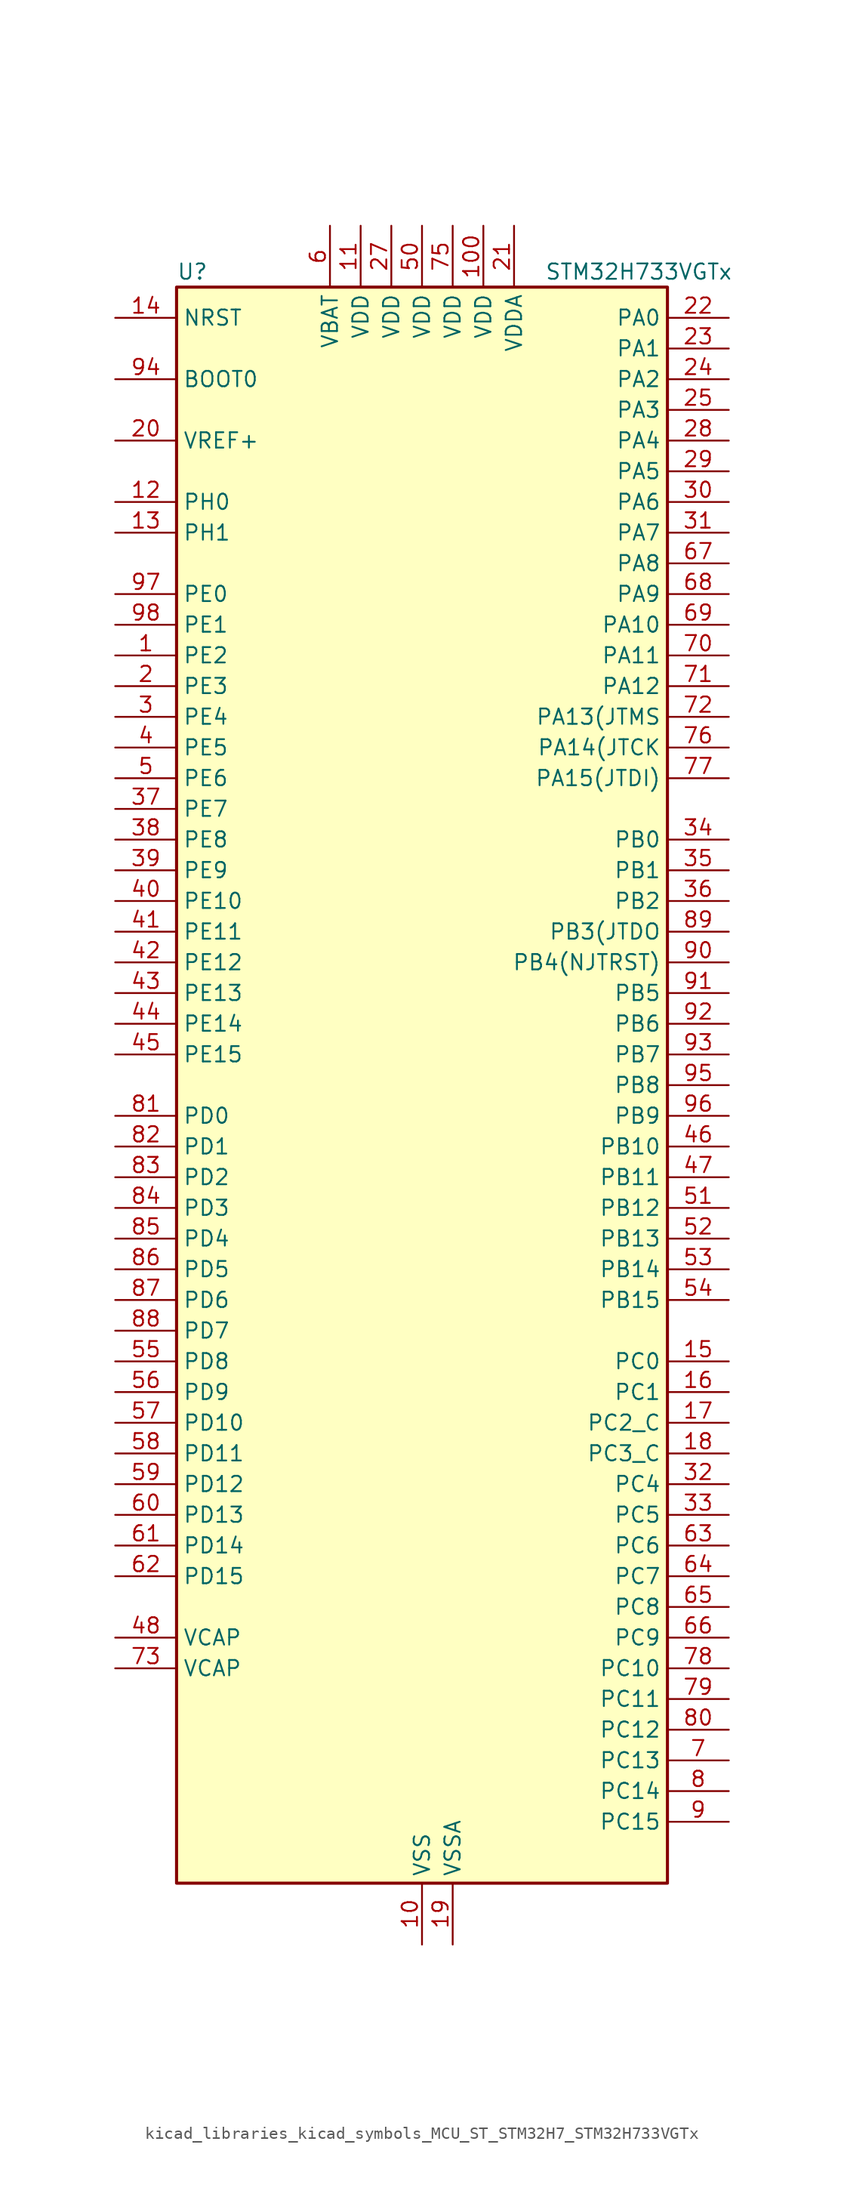
<source format=kicad_sym>
(kicad_symbol_lib
  (version 20220914)
  (generator kicad_symbol_editor)
  (symbol "kicad_libraries_kicad_symbols_MCU_ST_STM32H7_STM32H733VGTx"
    (property "Reference" "U"
      (at -20.32 67.31 0)
      (effects (font (size 1.27 1.27)) (justify left)))
    (property "Value" "STM32H733VGTx"
      (at 10.16 67.31 0)
      (effects (font (size 1.27 1.27)) (justify left)))
    (property "ki_locked" ""
      (at 0 0 0)
      (effects (font (size 1.27 1.27))))
    (symbol "kicad_libraries_kicad_symbols_MCU_ST_STM32H7_STM32H733VGTx_0_1"
      (rectangle (start -20.32 -66.04) (end 20.32 66.04) (stroke (width 0.254) (type default)) (fill (type background))))
    (symbol "kicad_libraries_kicad_symbols_MCU_ST_STM32H7_STM32H733VGTx_1_1"
      (pin bidirectional line (at -25.4 35.56 0) (length 5.08) (name "PE2" (effects (font (size 1.27 1.27)))) (number "1" (effects (font (size 1.27 1.27)))) (alternate "DEBUG_TRACECLK" bidirectional line) (alternate "ETH_TXD3" bidirectional line) (alternate "FMC_A23" bidirectional line) (alternate "OCTOSPIM_P1_IO2" bidirectional line) (alternate "SAI1_CK1" bidirectional line) (alternate "SAI1_MCLK_A" bidirectional line) (alternate "SAI4_CK1" bidirectional line) (alternate "SAI4_MCLK_A" bidirectional line) (alternate "SPI4_SCK" bidirectional line) (alternate "USART10_RX" bidirectional line))
      (pin power_in line (at 0 -71.12 90) (length 5.08) (name "VSS" (effects (font (size 1.27 1.27)))) (number "10" (effects (font (size 1.27 1.27)))))
      (pin power_in line (at 5.08 71.12 270) (length 5.08) (name "VDD" (effects (font (size 1.27 1.27)))) (number "100" (effects (font (size 1.27 1.27)))))
      (pin power_in line (at -5.08 71.12 270) (length 5.08) (name "VDD" (effects (font (size 1.27 1.27)))) (number "11" (effects (font (size 1.27 1.27)))))
      (pin bidirectional line (at -25.4 48.26 0) (length 5.08) (name "PH0" (effects (font (size 1.27 1.27)))) (number "12" (effects (font (size 1.27 1.27)))) (alternate "RCC_OSC_IN" bidirectional line))
      (pin bidirectional line (at -25.4 45.72 0) (length 5.08) (name "PH1" (effects (font (size 1.27 1.27)))) (number "13" (effects (font (size 1.27 1.27)))) (alternate "RCC_OSC_OUT" bidirectional line))
      (pin input line (at -25.4 63.5 0) (length 5.08) (name "NRST" (effects (font (size 1.27 1.27)))) (number "14" (effects (font (size 1.27 1.27)))))
      (pin bidirectional line (at 25.4 -22.86 180) (length 5.08) (name "PC0" (effects (font (size 1.27 1.27)))) (number "15" (effects (font (size 1.27 1.27)))) (alternate "ADC1_INP10" bidirectional line) (alternate "ADC2_INP10" bidirectional line) (alternate "ADC3_INP10" bidirectional line) (alternate "DFSDM1_CKIN0" bidirectional line) (alternate "DFSDM1_DATIN4" bidirectional line) (alternate "FMC_A25" bidirectional line) (alternate "FMC_D12" bidirectional line) (alternate "FMC_DA12" bidirectional line) (alternate "FMC_SDNWE" bidirectional line) (alternate "LTDC_G2" bidirectional line) (alternate "LTDC_R5" bidirectional line) (alternate "SAI4_FS_B" bidirectional line) (alternate "USB_OTG_HS_ULPI_STP" bidirectional line))
      (pin bidirectional line (at 25.4 -25.4 180) (length 5.08) (name "PC1" (effects (font (size 1.27 1.27)))) (number "16" (effects (font (size 1.27 1.27)))) (alternate "ADC1_INN10" bidirectional line) (alternate "ADC1_INP11" bidirectional line) (alternate "ADC2_INN10" bidirectional line) (alternate "ADC2_INP11" bidirectional line) (alternate "ADC3_INN10" bidirectional line) (alternate "ADC3_INP11" bidirectional line) (alternate "DEBUG_TRACED0" bidirectional line) (alternate "DFSDM1_CKIN4" bidirectional line) (alternate "DFSDM1_DATIN0" bidirectional line) (alternate "ETH_MDC" bidirectional line) (alternate "I2S2_SDO" bidirectional line) (alternate "LTDC_G5" bidirectional line) (alternate "MDIOS_MDC" bidirectional line) (alternate "OCTOSPIM_P1_IO4" bidirectional line) (alternate "PWR_WKUP6" bidirectional line) (alternate "RTC_TAMP3" bidirectional line) (alternate "SAI1_D1" bidirectional line) (alternate "SAI1_SD_A" bidirectional line) (alternate "SAI4_D1" bidirectional line) (alternate "SAI4_SD_A" bidirectional line) (alternate "SDMMC2_CK" bidirectional line) (alternate "SPI2_MOSI" bidirectional line))
      (pin bidirectional line (at 25.4 -27.94 180) (length 5.08) (name "PC2_C" (effects (font (size 1.27 1.27)))) (number "17" (effects (font (size 1.27 1.27)))) (alternate "ADC3_INN1" bidirectional line) (alternate "ADC3_INP0" bidirectional line) (alternate "DFSDM1_CKIN1" bidirectional line) (alternate "DFSDM1_CKOUT" bidirectional line) (alternate "ETH_TXD2" bidirectional line) (alternate "FMC_SDNE0" bidirectional line) (alternate "I2S2_SDI" bidirectional line) (alternate "OCTOSPIM_P1_IO2" bidirectional line) (alternate "OCTOSPIM_P1_IO5" bidirectional line) (alternate "PWR_CSTOP" bidirectional line) (alternate "SPI2_MISO" bidirectional line) (alternate "USB_OTG_HS_ULPI_DIR" bidirectional line))
      (pin bidirectional line (at 25.4 -30.48 180) (length 5.08) (name "PC3_C" (effects (font (size 1.27 1.27)))) (number "18" (effects (font (size 1.27 1.27)))) (alternate "ADC3_INP1" bidirectional line) (alternate "DFSDM1_DATIN1" bidirectional line) (alternate "ETH_TX_CLK" bidirectional line) (alternate "FMC_SDCKE0" bidirectional line) (alternate "I2S2_SDO" bidirectional line) (alternate "OCTOSPIM_P1_IO0" bidirectional line) (alternate "OCTOSPIM_P1_IO6" bidirectional line) (alternate "PWR_CSLEEP" bidirectional line) (alternate "SPI2_MOSI" bidirectional line) (alternate "USB_OTG_HS_ULPI_NXT" bidirectional line))
      (pin power_in line (at 2.54 -71.12 90) (length 5.08) (name "VSSA" (effects (font (size 1.27 1.27)))) (number "19" (effects (font (size 1.27 1.27)))))
      (pin bidirectional line (at -25.4 33.02 0) (length 5.08) (name "PE3" (effects (font (size 1.27 1.27)))) (number "2" (effects (font (size 1.27 1.27)))) (alternate "DEBUG_TRACED0" bidirectional line) (alternate "FMC_A19" bidirectional line) (alternate "SAI1_SD_B" bidirectional line) (alternate "SAI4_SD_B" bidirectional line) (alternate "TIM15_BKIN" bidirectional line) (alternate "USART10_TX" bidirectional line))
      (pin input line (at -25.4 53.34 0) (length 5.08) (name "VREF+" (effects (font (size 1.27 1.27)))) (number "20" (effects (font (size 1.27 1.27)))) (alternate "VREFBUF_OUT" bidirectional line))
      (pin power_in line (at 7.62 71.12 270) (length 5.08) (name "VDDA" (effects (font (size 1.27 1.27)))) (number "21" (effects (font (size 1.27 1.27)))))
      (pin bidirectional line (at 25.4 63.5 180) (length 5.08) (name "PA0" (effects (font (size 1.27 1.27)))) (number "22" (effects (font (size 1.27 1.27)))) (alternate "ADC1_INP16" bidirectional line) (alternate "ETH_CRS" bidirectional line) (alternate "FMC_A19" bidirectional line) (alternate "I2S6_WS" bidirectional line) (alternate "PWR_WKUP1" bidirectional line) (alternate "SAI4_SD_B" bidirectional line) (alternate "SDMMC2_CMD" bidirectional line) (alternate "SPI6_NSS" bidirectional line) (alternate "TIM15_BKIN" bidirectional line) (alternate "TIM2_CH1" bidirectional line) (alternate "TIM2_ETR" bidirectional line) (alternate "TIM5_CH1" bidirectional line) (alternate "TIM8_ETR" bidirectional line) (alternate "UART4_TX" bidirectional line) (alternate "USART2_CTS" bidirectional line) (alternate "USART2_NSS" bidirectional line))
      (pin bidirectional line (at 25.4 60.96 180) (length 5.08) (name "PA1" (effects (font (size 1.27 1.27)))) (number "23" (effects (font (size 1.27 1.27)))) (alternate "ADC1_INN16" bidirectional line) (alternate "ADC1_INP17" bidirectional line) (alternate "ETH_REF_CLK" bidirectional line) (alternate "ETH_RX_CLK" bidirectional line) (alternate "LPTIM3_OUT" bidirectional line) (alternate "LTDC_R2" bidirectional line) (alternate "OCTOSPIM_P1_DQS" bidirectional line) (alternate "OCTOSPIM_P1_IO3" bidirectional line) (alternate "SAI4_MCLK_B" bidirectional line) (alternate "TIM15_CH1N" bidirectional line) (alternate "TIM2_CH2" bidirectional line) (alternate "TIM5_CH2" bidirectional line) (alternate "UART4_RX" bidirectional line) (alternate "USART2_DE" bidirectional line) (alternate "USART2_RTS" bidirectional line))
      (pin bidirectional line (at 25.4 58.42 180) (length 5.08) (name "PA2" (effects (font (size 1.27 1.27)))) (number "24" (effects (font (size 1.27 1.27)))) (alternate "ADC1_INP14" bidirectional line) (alternate "ADC2_INP14" bidirectional line) (alternate "ETH_MDIO" bidirectional line) (alternate "LPTIM4_OUT" bidirectional line) (alternate "LTDC_R1" bidirectional line) (alternate "MDIOS_MDIO" bidirectional line) (alternate "OCTOSPIM_P1_IO0" bidirectional line) (alternate "PWR_WKUP2" bidirectional line) (alternate "SAI4_SCK_B" bidirectional line) (alternate "TIM15_CH1" bidirectional line) (alternate "TIM2_CH3" bidirectional line) (alternate "TIM5_CH3" bidirectional line) (alternate "USART2_TX" bidirectional line))
      (pin bidirectional line (at 25.4 55.88 180) (length 5.08) (name "PA3" (effects (font (size 1.27 1.27)))) (number "25" (effects (font (size 1.27 1.27)))) (alternate "ADC1_INP15" bidirectional line) (alternate "ADC2_INP15" bidirectional line) (alternate "ETH_COL" bidirectional line) (alternate "I2S6_MCK" bidirectional line) (alternate "LPTIM5_OUT" bidirectional line) (alternate "LTDC_B2" bidirectional line) (alternate "LTDC_B5" bidirectional line) (alternate "OCTOSPIM_P1_CLK" bidirectional line) (alternate "OCTOSPIM_P1_IO2" bidirectional line) (alternate "TIM15_CH2" bidirectional line) (alternate "TIM2_CH4" bidirectional line) (alternate "TIM5_CH4" bidirectional line) (alternate "USART2_RX" bidirectional line) (alternate "USB_OTG_HS_ULPI_D0" bidirectional line))
      (pin passive line (at 0 -71.12 90) (length 5.08) hide (name "VSS" (effects (font (size 1.27 1.27)))) (number "26" (effects (font (size 1.27 1.27)))))
      (pin power_in line (at -2.54 71.12 270) (length 5.08) (name "VDD" (effects (font (size 1.27 1.27)))) (number "27" (effects (font (size 1.27 1.27)))))
      (pin bidirectional line (at 25.4 53.34 180) (length 5.08) (name "PA4" (effects (font (size 1.27 1.27)))) (number "28" (effects (font (size 1.27 1.27)))) (alternate "ADC1_INP18" bidirectional line) (alternate "ADC2_INP18" bidirectional line) (alternate "DAC1_OUT1" bidirectional line) (alternate "DCMI_HSYNC" bidirectional line) (alternate "FMC_D8" bidirectional line) (alternate "FMC_DA8" bidirectional line) (alternate "I2S1_WS" bidirectional line) (alternate "I2S3_WS" bidirectional line) (alternate "I2S6_WS" bidirectional line) (alternate "LTDC_VSYNC" bidirectional line) (alternate "PSSI_DE" bidirectional line) (alternate "SPI1_NSS" bidirectional line) (alternate "SPI3_NSS" bidirectional line) (alternate "SPI6_NSS" bidirectional line) (alternate "TIM5_ETR" bidirectional line) (alternate "USART2_CK" bidirectional line))
      (pin bidirectional line (at 25.4 50.8 180) (length 5.08) (name "PA5" (effects (font (size 1.27 1.27)))) (number "29" (effects (font (size 1.27 1.27)))) (alternate "ADC1_INN18" bidirectional line) (alternate "ADC1_INP19" bidirectional line) (alternate "ADC2_INN18" bidirectional line) (alternate "ADC2_INP19" bidirectional line) (alternate "DAC1_OUT2" bidirectional line) (alternate "FMC_D9" bidirectional line) (alternate "FMC_DA9" bidirectional line) (alternate "I2S1_CK" bidirectional line) (alternate "I2S6_CK" bidirectional line) (alternate "LTDC_R4" bidirectional line) (alternate "PSSI_D14" bidirectional line) (alternate "PWR_NDSTOP2" bidirectional line) (alternate "SPI1_SCK" bidirectional line) (alternate "SPI6_SCK" bidirectional line) (alternate "TIM2_CH1" bidirectional line) (alternate "TIM2_ETR" bidirectional line) (alternate "TIM8_CH1N" bidirectional line) (alternate "USB_OTG_HS_ULPI_CK" bidirectional line))
      (pin bidirectional line (at -25.4 30.48 0) (length 5.08) (name "PE4" (effects (font (size 1.27 1.27)))) (number "3" (effects (font (size 1.27 1.27)))) (alternate "DCMI_D4" bidirectional line) (alternate "DEBUG_TRACED1" bidirectional line) (alternate "DFSDM1_DATIN3" bidirectional line) (alternate "FMC_A20" bidirectional line) (alternate "LTDC_B0" bidirectional line) (alternate "PSSI_D4" bidirectional line) (alternate "SAI1_D2" bidirectional line) (alternate "SAI1_FS_A" bidirectional line) (alternate "SAI4_D2" bidirectional line) (alternate "SAI4_FS_A" bidirectional line) (alternate "SPI4_NSS" bidirectional line) (alternate "TIM15_CH1N" bidirectional line))
      (pin bidirectional line (at 25.4 48.26 180) (length 5.08) (name "PA6" (effects (font (size 1.27 1.27)))) (number "30" (effects (font (size 1.27 1.27)))) (alternate "ADC1_INP3" bidirectional line) (alternate "ADC2_INP3" bidirectional line) (alternate "DCMI_PIXCLK" bidirectional line) (alternate "I2S1_SDI" bidirectional line) (alternate "I2S6_SDI" bidirectional line) (alternate "LTDC_G2" bidirectional line) (alternate "MDIOS_MDC" bidirectional line) (alternate "OCTOSPIM_P1_IO3" bidirectional line) (alternate "PSSI_PDCK" bidirectional line) (alternate "SPI1_MISO" bidirectional line) (alternate "SPI6_MISO" bidirectional line) (alternate "TIM13_CH1" bidirectional line) (alternate "TIM1_BKIN" bidirectional line) (alternate "TIM1_BKIN_COMP1" bidirectional line) (alternate "TIM1_BKIN_COMP2" bidirectional line) (alternate "TIM3_CH1" bidirectional line) (alternate "TIM8_BKIN" bidirectional line) (alternate "TIM8_BKIN_COMP1" bidirectional line) (alternate "TIM8_BKIN_COMP2" bidirectional line))
      (pin bidirectional line (at 25.4 45.72 180) (length 5.08) (name "PA7" (effects (font (size 1.27 1.27)))) (number "31" (effects (font (size 1.27 1.27)))) (alternate "ADC1_INN3" bidirectional line) (alternate "ADC1_INP7" bidirectional line) (alternate "ADC2_INN3" bidirectional line) (alternate "ADC2_INP7" bidirectional line) (alternate "ETH_CRS_DV" bidirectional line) (alternate "ETH_RX_DV" bidirectional line) (alternate "FMC_SDNWE" bidirectional line) (alternate "I2S1_SDO" bidirectional line) (alternate "I2S6_SDO" bidirectional line) (alternate "LTDC_VSYNC" bidirectional line) (alternate "OCTOSPIM_P1_IO2" bidirectional line) (alternate "OPAMP1_VINM" bidirectional line) (alternate "SPI1_MOSI" bidirectional line) (alternate "SPI6_MOSI" bidirectional line) (alternate "TIM14_CH1" bidirectional line) (alternate "TIM1_CH1N" bidirectional line) (alternate "TIM3_CH2" bidirectional line) (alternate "TIM8_CH1N" bidirectional line))
      (pin bidirectional line (at 25.4 -33.02 180) (length 5.08) (name "PC4" (effects (font (size 1.27 1.27)))) (number "32" (effects (font (size 1.27 1.27)))) (alternate "ADC1_INP4" bidirectional line) (alternate "ADC2_INP4" bidirectional line) (alternate "COMP1_INM" bidirectional line) (alternate "DFSDM1_CKIN2" bidirectional line) (alternate "ETH_RXD0" bidirectional line) (alternate "FMC_A22" bidirectional line) (alternate "FMC_SDNE0" bidirectional line) (alternate "I2S1_MCK" bidirectional line) (alternate "LTDC_R7" bidirectional line) (alternate "OPAMP1_VOUT" bidirectional line) (alternate "SDMMC2_CKIN" bidirectional line) (alternate "SPDIFRX1_IN2" bidirectional line))
      (pin bidirectional line (at 25.4 -35.56 180) (length 5.08) (name "PC5" (effects (font (size 1.27 1.27)))) (number "33" (effects (font (size 1.27 1.27)))) (alternate "ADC1_INN4" bidirectional line) (alternate "ADC1_INP8" bidirectional line) (alternate "ADC2_INN4" bidirectional line) (alternate "ADC2_INP8" bidirectional line) (alternate "COMP1_OUT" bidirectional line) (alternate "DFSDM1_DATIN2" bidirectional line) (alternate "ETH_RXD1" bidirectional line) (alternate "FMC_SDCKE0" bidirectional line) (alternate "LTDC_DE" bidirectional line) (alternate "OCTOSPIM_P1_DQS" bidirectional line) (alternate "OPAMP1_VINM" bidirectional line) (alternate "PSSI_D15" bidirectional line) (alternate "SAI1_D3" bidirectional line) (alternate "SAI4_D3" bidirectional line) (alternate "SPDIFRX1_IN3" bidirectional line))
      (pin bidirectional line (at 25.4 20.32 180) (length 5.08) (name "PB0" (effects (font (size 1.27 1.27)))) (number "34" (effects (font (size 1.27 1.27)))) (alternate "ADC1_INN5" bidirectional line) (alternate "ADC1_INP9" bidirectional line) (alternate "ADC2_INN5" bidirectional line) (alternate "ADC2_INP9" bidirectional line) (alternate "COMP1_INP" bidirectional line) (alternate "DFSDM1_CKOUT" bidirectional line) (alternate "ETH_RXD2" bidirectional line) (alternate "LTDC_G1" bidirectional line) (alternate "LTDC_R3" bidirectional line) (alternate "OCTOSPIM_P1_IO1" bidirectional line) (alternate "OPAMP1_VINP" bidirectional line) (alternate "TIM1_CH2N" bidirectional line) (alternate "TIM3_CH3" bidirectional line) (alternate "TIM8_CH2N" bidirectional line) (alternate "UART4_CTS" bidirectional line) (alternate "USB_OTG_HS_ULPI_D1" bidirectional line))
      (pin bidirectional line (at 25.4 17.78 180) (length 5.08) (name "PB1" (effects (font (size 1.27 1.27)))) (number "35" (effects (font (size 1.27 1.27)))) (alternate "ADC1_INP5" bidirectional line) (alternate "ADC2_INP5" bidirectional line) (alternate "COMP1_INM" bidirectional line) (alternate "DFSDM1_DATIN1" bidirectional line) (alternate "ETH_RXD3" bidirectional line) (alternate "LTDC_G0" bidirectional line) (alternate "LTDC_R6" bidirectional line) (alternate "OCTOSPIM_P1_IO0" bidirectional line) (alternate "TIM1_CH3N" bidirectional line) (alternate "TIM3_CH4" bidirectional line) (alternate "TIM8_CH3N" bidirectional line) (alternate "USB_OTG_HS_ULPI_D2" bidirectional line))
      (pin bidirectional line (at 25.4 15.24 180) (length 5.08) (name "PB2" (effects (font (size 1.27 1.27)))) (number "36" (effects (font (size 1.27 1.27)))) (alternate "COMP1_INP" bidirectional line) (alternate "DFSDM1_CKIN1" bidirectional line) (alternate "ETH_TX_ER" bidirectional line) (alternate "I2S3_SDO" bidirectional line) (alternate "OCTOSPIM_P1_CLK" bidirectional line) (alternate "OCTOSPIM_P1_DQS" bidirectional line) (alternate "RTC_OUT_ALARM" bidirectional line) (alternate "RTC_OUT_CALIB" bidirectional line) (alternate "SAI1_D1" bidirectional line) (alternate "SAI1_SD_A" bidirectional line) (alternate "SAI4_D1" bidirectional line) (alternate "SAI4_SD_A" bidirectional line) (alternate "SPI3_MOSI" bidirectional line) (alternate "TIM23_ETR" bidirectional line))
      (pin bidirectional line (at -25.4 22.86 0) (length 5.08) (name "PE7" (effects (font (size 1.27 1.27)))) (number "37" (effects (font (size 1.27 1.27)))) (alternate "COMP2_INM" bidirectional line) (alternate "DFSDM1_DATIN2" bidirectional line) (alternate "FMC_D4" bidirectional line) (alternate "FMC_DA4" bidirectional line) (alternate "OCTOSPIM_P1_IO4" bidirectional line) (alternate "OPAMP2_VOUT" bidirectional line) (alternate "TIM1_ETR" bidirectional line) (alternate "UART7_RX" bidirectional line))
      (pin bidirectional line (at -25.4 20.32 0) (length 5.08) (name "PE8" (effects (font (size 1.27 1.27)))) (number "38" (effects (font (size 1.27 1.27)))) (alternate "COMP2_OUT" bidirectional line) (alternate "DFSDM1_CKIN2" bidirectional line) (alternate "FMC_D5" bidirectional line) (alternate "FMC_DA5" bidirectional line) (alternate "OCTOSPIM_P1_IO5" bidirectional line) (alternate "OPAMP2_VINM" bidirectional line) (alternate "TIM1_CH1N" bidirectional line) (alternate "UART7_TX" bidirectional line))
      (pin bidirectional line (at -25.4 17.78 0) (length 5.08) (name "PE9" (effects (font (size 1.27 1.27)))) (number "39" (effects (font (size 1.27 1.27)))) (alternate "COMP2_INP" bidirectional line) (alternate "DAC1_EXTI9" bidirectional line) (alternate "DFSDM1_CKOUT" bidirectional line) (alternate "FMC_D6" bidirectional line) (alternate "FMC_DA6" bidirectional line) (alternate "OCTOSPIM_P1_IO6" bidirectional line) (alternate "OPAMP2_VINP" bidirectional line) (alternate "TIM1_CH1" bidirectional line) (alternate "UART7_DE" bidirectional line) (alternate "UART7_RTS" bidirectional line))
      (pin bidirectional line (at -25.4 27.94 0) (length 5.08) (name "PE5" (effects (font (size 1.27 1.27)))) (number "4" (effects (font (size 1.27 1.27)))) (alternate "DCMI_D6" bidirectional line) (alternate "DEBUG_TRACED2" bidirectional line) (alternate "DFSDM1_CKIN3" bidirectional line) (alternate "FMC_A21" bidirectional line) (alternate "LTDC_G0" bidirectional line) (alternate "PSSI_D6" bidirectional line) (alternate "SAI1_CK2" bidirectional line) (alternate "SAI1_SCK_A" bidirectional line) (alternate "SAI4_CK2" bidirectional line) (alternate "SAI4_SCK_A" bidirectional line) (alternate "SPI4_MISO" bidirectional line) (alternate "TIM15_CH1" bidirectional line))
      (pin bidirectional line (at -25.4 15.24 0) (length 5.08) (name "PE10" (effects (font (size 1.27 1.27)))) (number "40" (effects (font (size 1.27 1.27)))) (alternate "COMP2_INM" bidirectional line) (alternate "DFSDM1_DATIN4" bidirectional line) (alternate "FMC_D7" bidirectional line) (alternate "FMC_DA7" bidirectional line) (alternate "OCTOSPIM_P1_IO7" bidirectional line) (alternate "TIM1_CH2N" bidirectional line) (alternate "UART7_CTS" bidirectional line))
      (pin bidirectional line (at -25.4 12.7 0) (length 5.08) (name "PE11" (effects (font (size 1.27 1.27)))) (number "41" (effects (font (size 1.27 1.27)))) (alternate "ADC1_EXTI11" bidirectional line) (alternate "ADC2_EXTI11" bidirectional line) (alternate "ADC3_EXTI11" bidirectional line) (alternate "COMP2_INP" bidirectional line) (alternate "DFSDM1_CKIN4" bidirectional line) (alternate "FMC_D8" bidirectional line) (alternate "FMC_DA8" bidirectional line) (alternate "LTDC_G3" bidirectional line) (alternate "OCTOSPIM_P1_NCS" bidirectional line) (alternate "SAI4_SD_B" bidirectional line) (alternate "SPI4_NSS" bidirectional line) (alternate "TIM1_CH2" bidirectional line))
      (pin bidirectional line (at -25.4 10.16 0) (length 5.08) (name "PE12" (effects (font (size 1.27 1.27)))) (number "42" (effects (font (size 1.27 1.27)))) (alternate "COMP1_OUT" bidirectional line) (alternate "DFSDM1_DATIN5" bidirectional line) (alternate "FMC_D9" bidirectional line) (alternate "FMC_DA9" bidirectional line) (alternate "LTDC_B4" bidirectional line) (alternate "SAI4_SCK_B" bidirectional line) (alternate "SPI4_SCK" bidirectional line) (alternate "TIM1_CH3N" bidirectional line))
      (pin bidirectional line (at -25.4 7.62 0) (length 5.08) (name "PE13" (effects (font (size 1.27 1.27)))) (number "43" (effects (font (size 1.27 1.27)))) (alternate "COMP2_OUT" bidirectional line) (alternate "DFSDM1_CKIN5" bidirectional line) (alternate "FMC_D10" bidirectional line) (alternate "FMC_DA10" bidirectional line) (alternate "LTDC_DE" bidirectional line) (alternate "SAI4_FS_B" bidirectional line) (alternate "SPI4_MISO" bidirectional line) (alternate "TIM1_CH3" bidirectional line))
      (pin bidirectional line (at -25.4 5.08 0) (length 5.08) (name "PE14" (effects (font (size 1.27 1.27)))) (number "44" (effects (font (size 1.27 1.27)))) (alternate "FMC_D11" bidirectional line) (alternate "FMC_DA11" bidirectional line) (alternate "LTDC_CLK" bidirectional line) (alternate "SAI4_MCLK_B" bidirectional line) (alternate "SPI4_MOSI" bidirectional line) (alternate "TIM1_CH4" bidirectional line))
      (pin bidirectional line (at -25.4 2.54 0) (length 5.08) (name "PE15" (effects (font (size 1.27 1.27)))) (number "45" (effects (font (size 1.27 1.27)))) (alternate "ADC1_EXTI15" bidirectional line) (alternate "ADC2_EXTI15" bidirectional line) (alternate "ADC3_EXTI15" bidirectional line) (alternate "FMC_D12" bidirectional line) (alternate "FMC_DA12" bidirectional line) (alternate "LTDC_R7" bidirectional line) (alternate "TIM1_BKIN" bidirectional line) (alternate "TIM1_BKIN_COMP1" bidirectional line) (alternate "TIM1_BKIN_COMP2" bidirectional line) (alternate "USART10_CK" bidirectional line))
      (pin bidirectional line (at 25.4 -5.08 180) (length 5.08) (name "PB10" (effects (font (size 1.27 1.27)))) (number "46" (effects (font (size 1.27 1.27)))) (alternate "DFSDM1_DATIN7" bidirectional line) (alternate "ETH_RX_ER" bidirectional line) (alternate "I2C2_SCL" bidirectional line) (alternate "I2S2_CK" bidirectional line) (alternate "LPTIM2_IN1" bidirectional line) (alternate "LTDC_G4" bidirectional line) (alternate "OCTOSPIM_P1_NCS" bidirectional line) (alternate "SPI2_SCK" bidirectional line) (alternate "TIM2_CH3" bidirectional line) (alternate "USART3_TX" bidirectional line) (alternate "USB_OTG_HS_ULPI_D3" bidirectional line))
      (pin bidirectional line (at 25.4 -7.62 180) (length 5.08) (name "PB11" (effects (font (size 1.27 1.27)))) (number "47" (effects (font (size 1.27 1.27)))) (alternate "ADC1_EXTI11" bidirectional line) (alternate "ADC2_EXTI11" bidirectional line) (alternate "ADC3_EXTI11" bidirectional line) (alternate "DFSDM1_CKIN7" bidirectional line) (alternate "ETH_TX_EN" bidirectional line) (alternate "I2C2_SDA" bidirectional line) (alternate "LPTIM2_ETR" bidirectional line) (alternate "LTDC_G5" bidirectional line) (alternate "TIM2_CH4" bidirectional line) (alternate "USART3_RX" bidirectional line) (alternate "USB_OTG_HS_ULPI_D4" bidirectional line))
      (pin power_out line (at -25.4 -45.72 0) (length 5.08) (name "VCAP" (effects (font (size 1.27 1.27)))) (number "48" (effects (font (size 1.27 1.27)))))
      (pin passive line (at 0 -71.12 90) (length 5.08) hide (name "VSS" (effects (font (size 1.27 1.27)))) (number "49" (effects (font (size 1.27 1.27)))))
      (pin bidirectional line (at -25.4 25.4 0) (length 5.08) (name "PE6" (effects (font (size 1.27 1.27)))) (number "5" (effects (font (size 1.27 1.27)))) (alternate "DCMI_D7" bidirectional line) (alternate "DEBUG_TRACED3" bidirectional line) (alternate "FMC_A22" bidirectional line) (alternate "LTDC_G1" bidirectional line) (alternate "PSSI_D7" bidirectional line) (alternate "SAI1_D1" bidirectional line) (alternate "SAI1_SD_A" bidirectional line) (alternate "SAI4_D1" bidirectional line) (alternate "SAI4_MCLK_B" bidirectional line) (alternate "SAI4_SD_A" bidirectional line) (alternate "SPI4_MOSI" bidirectional line) (alternate "TIM15_CH2" bidirectional line) (alternate "TIM1_BKIN2" bidirectional line) (alternate "TIM1_BKIN2_COMP1" bidirectional line) (alternate "TIM1_BKIN2_COMP2" bidirectional line))
      (pin power_in line (at 0 71.12 270) (length 5.08) (name "VDD" (effects (font (size 1.27 1.27)))) (number "50" (effects (font (size 1.27 1.27)))))
      (pin bidirectional line (at 25.4 -10.16 180) (length 5.08) (name "PB12" (effects (font (size 1.27 1.27)))) (number "51" (effects (font (size 1.27 1.27)))) (alternate "DFSDM1_DATIN1" bidirectional line) (alternate "ETH_TXD0" bidirectional line) (alternate "FDCAN2_RX" bidirectional line) (alternate "I2C2_SMBA" bidirectional line) (alternate "I2S2_WS" bidirectional line) (alternate "OCTOSPIM_P1_IO0" bidirectional line) (alternate "OCTOSPIM_P1_NCLK" bidirectional line) (alternate "SPI2_NSS" bidirectional line) (alternate "TIM1_BKIN" bidirectional line) (alternate "TIM1_BKIN_COMP1" bidirectional line) (alternate "TIM1_BKIN_COMP2" bidirectional line) (alternate "UART5_RX" bidirectional line) (alternate "USART3_CK" bidirectional line) (alternate "USB_OTG_HS_ULPI_D5" bidirectional line))
      (pin bidirectional line (at 25.4 -12.7 180) (length 5.08) (name "PB13" (effects (font (size 1.27 1.27)))) (number "52" (effects (font (size 1.27 1.27)))) (alternate "DCMI_D2" bidirectional line) (alternate "DFSDM1_CKIN1" bidirectional line) (alternate "ETH_TXD1" bidirectional line) (alternate "FDCAN2_TX" bidirectional line) (alternate "I2S2_CK" bidirectional line) (alternate "LPTIM2_OUT" bidirectional line) (alternate "OCTOSPIM_P1_IO2" bidirectional line) (alternate "PSSI_D2" bidirectional line) (alternate "SDMMC1_D0" bidirectional line) (alternate "SPI2_SCK" bidirectional line) (alternate "TIM1_CH1N" bidirectional line) (alternate "UART5_TX" bidirectional line) (alternate "USART3_CTS" bidirectional line) (alternate "USART3_NSS" bidirectional line) (alternate "USB_OTG_HS_ULPI_D6" bidirectional line))
      (pin bidirectional line (at 25.4 -15.24 180) (length 5.08) (name "PB14" (effects (font (size 1.27 1.27)))) (number "53" (effects (font (size 1.27 1.27)))) (alternate "DFSDM1_DATIN2" bidirectional line) (alternate "FMC_D10" bidirectional line) (alternate "FMC_DA10" bidirectional line) (alternate "I2S2_SDI" bidirectional line) (alternate "LTDC_CLK" bidirectional line) (alternate "SDMMC2_D0" bidirectional line) (alternate "SPI2_MISO" bidirectional line) (alternate "TIM12_CH1" bidirectional line) (alternate "TIM1_CH2N" bidirectional line) (alternate "TIM8_CH2N" bidirectional line) (alternate "UART4_DE" bidirectional line) (alternate "UART4_RTS" bidirectional line) (alternate "USART1_TX" bidirectional line) (alternate "USART3_DE" bidirectional line) (alternate "USART3_RTS" bidirectional line))
      (pin bidirectional line (at 25.4 -17.78 180) (length 5.08) (name "PB15" (effects (font (size 1.27 1.27)))) (number "54" (effects (font (size 1.27 1.27)))) (alternate "ADC1_EXTI15" bidirectional line) (alternate "ADC2_EXTI15" bidirectional line) (alternate "ADC3_EXTI15" bidirectional line) (alternate "DFSDM1_CKIN2" bidirectional line) (alternate "FMC_D11" bidirectional line) (alternate "FMC_DA11" bidirectional line) (alternate "I2S2_SDO" bidirectional line) (alternate "LTDC_G7" bidirectional line) (alternate "RTC_REFIN" bidirectional line) (alternate "SDMMC2_D1" bidirectional line) (alternate "SPI2_MOSI" bidirectional line) (alternate "TIM12_CH2" bidirectional line) (alternate "TIM1_CH3N" bidirectional line) (alternate "TIM8_CH3N" bidirectional line) (alternate "UART4_CTS" bidirectional line) (alternate "USART1_RX" bidirectional line))
      (pin bidirectional line (at -25.4 -22.86 0) (length 5.08) (name "PD8" (effects (font (size 1.27 1.27)))) (number "55" (effects (font (size 1.27 1.27)))) (alternate "DFSDM1_CKIN3" bidirectional line) (alternate "FMC_D13" bidirectional line) (alternate "FMC_DA13" bidirectional line) (alternate "SPDIFRX1_IN1" bidirectional line) (alternate "USART3_TX" bidirectional line))
      (pin bidirectional line (at -25.4 -25.4 0) (length 5.08) (name "PD9" (effects (font (size 1.27 1.27)))) (number "56" (effects (font (size 1.27 1.27)))) (alternate "DAC1_EXTI9" bidirectional line) (alternate "DFSDM1_DATIN3" bidirectional line) (alternate "FMC_D14" bidirectional line) (alternate "FMC_DA14" bidirectional line) (alternate "USART3_RX" bidirectional line))
      (pin bidirectional line (at -25.4 -27.94 0) (length 5.08) (name "PD10" (effects (font (size 1.27 1.27)))) (number "57" (effects (font (size 1.27 1.27)))) (alternate "DFSDM1_CKOUT" bidirectional line) (alternate "FMC_D15" bidirectional line) (alternate "FMC_DA15" bidirectional line) (alternate "LTDC_B3" bidirectional line) (alternate "USART3_CK" bidirectional line))
      (pin bidirectional line (at -25.4 -30.48 0) (length 5.08) (name "PD11" (effects (font (size 1.27 1.27)))) (number "58" (effects (font (size 1.27 1.27)))) (alternate "ADC1_EXTI11" bidirectional line) (alternate "ADC2_EXTI11" bidirectional line) (alternate "ADC3_EXTI11" bidirectional line) (alternate "FMC_A16" bidirectional line) (alternate "FMC_CLE" bidirectional line) (alternate "I2C4_SMBA" bidirectional line) (alternate "LPTIM2_IN2" bidirectional line) (alternate "OCTOSPIM_P1_IO0" bidirectional line) (alternate "SAI4_SD_A" bidirectional line) (alternate "USART3_CTS" bidirectional line) (alternate "USART3_NSS" bidirectional line))
      (pin bidirectional line (at -25.4 -33.02 0) (length 5.08) (name "PD12" (effects (font (size 1.27 1.27)))) (number "59" (effects (font (size 1.27 1.27)))) (alternate "DCMI_D12" bidirectional line) (alternate "FDCAN3_RX" bidirectional line) (alternate "FMC_A17" bidirectional line) (alternate "FMC_ALE" bidirectional line) (alternate "I2C4_SCL" bidirectional line) (alternate "LPTIM1_IN1" bidirectional line) (alternate "LPTIM2_IN1" bidirectional line) (alternate "OCTOSPIM_P1_IO1" bidirectional line) (alternate "PSSI_D12" bidirectional line) (alternate "SAI4_FS_A" bidirectional line) (alternate "TIM4_CH1" bidirectional line) (alternate "USART3_DE" bidirectional line) (alternate "USART3_RTS" bidirectional line))
      (pin power_in line (at -7.62 71.12 270) (length 5.08) (name "VBAT" (effects (font (size 1.27 1.27)))) (number "6" (effects (font (size 1.27 1.27)))))
      (pin bidirectional line (at -25.4 -35.56 0) (length 5.08) (name "PD13" (effects (font (size 1.27 1.27)))) (number "60" (effects (font (size 1.27 1.27)))) (alternate "DCMI_D13" bidirectional line) (alternate "FDCAN3_TX" bidirectional line) (alternate "FMC_A18" bidirectional line) (alternate "I2C4_SDA" bidirectional line) (alternate "LPTIM1_OUT" bidirectional line) (alternate "OCTOSPIM_P1_IO3" bidirectional line) (alternate "PSSI_D13" bidirectional line) (alternate "SAI4_SCK_A" bidirectional line) (alternate "TIM4_CH2" bidirectional line) (alternate "UART9_DE" bidirectional line) (alternate "UART9_RTS" bidirectional line))
      (pin bidirectional line (at -25.4 -38.1 0) (length 5.08) (name "PD14" (effects (font (size 1.27 1.27)))) (number "61" (effects (font (size 1.27 1.27)))) (alternate "FMC_D0" bidirectional line) (alternate "FMC_DA0" bidirectional line) (alternate "TIM4_CH3" bidirectional line) (alternate "UART8_CTS" bidirectional line) (alternate "UART9_RX" bidirectional line))
      (pin bidirectional line (at -25.4 -40.64 0) (length 5.08) (name "PD15" (effects (font (size 1.27 1.27)))) (number "62" (effects (font (size 1.27 1.27)))) (alternate "ADC1_EXTI15" bidirectional line) (alternate "ADC2_EXTI15" bidirectional line) (alternate "ADC3_EXTI15" bidirectional line) (alternate "FMC_D1" bidirectional line) (alternate "FMC_DA1" bidirectional line) (alternate "TIM4_CH4" bidirectional line) (alternate "UART8_DE" bidirectional line) (alternate "UART8_RTS" bidirectional line) (alternate "UART9_TX" bidirectional line))
      (pin bidirectional line (at 25.4 -38.1 180) (length 5.08) (name "PC6" (effects (font (size 1.27 1.27)))) (number "63" (effects (font (size 1.27 1.27)))) (alternate "DCMI_D0" bidirectional line) (alternate "DFSDM1_CKIN3" bidirectional line) (alternate "FMC_NWAIT" bidirectional line) (alternate "I2S2_MCK" bidirectional line) (alternate "LTDC_HSYNC" bidirectional line) (alternate "PSSI_D0" bidirectional line) (alternate "SDMMC1_D0DIR" bidirectional line) (alternate "SDMMC1_D6" bidirectional line) (alternate "SDMMC2_D6" bidirectional line) (alternate "SWPMI1_IO" bidirectional line) (alternate "TIM3_CH1" bidirectional line) (alternate "TIM8_CH1" bidirectional line) (alternate "USART6_TX" bidirectional line))
      (pin bidirectional line (at 25.4 -40.64 180) (length 5.08) (name "PC7" (effects (font (size 1.27 1.27)))) (number "64" (effects (font (size 1.27 1.27)))) (alternate "DCMI_D1" bidirectional line) (alternate "DEBUG_TRGIO" bidirectional line) (alternate "DFSDM1_DATIN3" bidirectional line) (alternate "FMC_NE1" bidirectional line) (alternate "I2S3_MCK" bidirectional line) (alternate "LTDC_G6" bidirectional line) (alternate "PSSI_D1" bidirectional line) (alternate "SDMMC1_D123DIR" bidirectional line) (alternate "SDMMC1_D7" bidirectional line) (alternate "SDMMC2_D7" bidirectional line) (alternate "SWPMI1_TX" bidirectional line) (alternate "TIM3_CH2" bidirectional line) (alternate "TIM8_CH2" bidirectional line) (alternate "USART6_RX" bidirectional line))
      (pin bidirectional line (at 25.4 -43.18 180) (length 5.08) (name "PC8" (effects (font (size 1.27 1.27)))) (number "65" (effects (font (size 1.27 1.27)))) (alternate "DCMI_D2" bidirectional line) (alternate "DEBUG_TRACED1" bidirectional line) (alternate "FMC_INT" bidirectional line) (alternate "FMC_NCE" bidirectional line) (alternate "FMC_NE2" bidirectional line) (alternate "PSSI_D2" bidirectional line) (alternate "SDMMC1_D0" bidirectional line) (alternate "SWPMI1_RX" bidirectional line) (alternate "TIM3_CH3" bidirectional line) (alternate "TIM8_CH3" bidirectional line) (alternate "UART5_DE" bidirectional line) (alternate "UART5_RTS" bidirectional line) (alternate "USART6_CK" bidirectional line))
      (pin bidirectional line (at 25.4 -45.72 180) (length 5.08) (name "PC9" (effects (font (size 1.27 1.27)))) (number "66" (effects (font (size 1.27 1.27)))) (alternate "DAC1_EXTI9" bidirectional line) (alternate "DCMI_D3" bidirectional line) (alternate "I2C3_SDA" bidirectional line) (alternate "I2C5_SDA" bidirectional line) (alternate "I2S_CKIN" bidirectional line) (alternate "LTDC_B2" bidirectional line) (alternate "LTDC_G3" bidirectional line) (alternate "OCTOSPIM_P1_IO0" bidirectional line) (alternate "PSSI_D3" bidirectional line) (alternate "RCC_MCO_2" bidirectional line) (alternate "SDMMC1_D1" bidirectional line) (alternate "SWPMI1_SUSPEND" bidirectional line) (alternate "TIM3_CH4" bidirectional line) (alternate "TIM8_CH4" bidirectional line) (alternate "UART5_CTS" bidirectional line))
      (pin bidirectional line (at 25.4 43.18 180) (length 5.08) (name "PA8" (effects (font (size 1.27 1.27)))) (number "67" (effects (font (size 1.27 1.27)))) (alternate "I2C3_SCL" bidirectional line) (alternate "I2C5_SCL" bidirectional line) (alternate "LTDC_B3" bidirectional line) (alternate "LTDC_R6" bidirectional line) (alternate "RCC_MCO_1" bidirectional line) (alternate "TIM1_CH1" bidirectional line) (alternate "TIM8_BKIN2" bidirectional line) (alternate "TIM8_BKIN2_COMP1" bidirectional line) (alternate "TIM8_BKIN2_COMP2" bidirectional line) (alternate "UART7_RX" bidirectional line) (alternate "USART1_CK" bidirectional line) (alternate "USB_OTG_HS_SOF" bidirectional line))
      (pin bidirectional line (at 25.4 40.64 180) (length 5.08) (name "PA9" (effects (font (size 1.27 1.27)))) (number "68" (effects (font (size 1.27 1.27)))) (alternate "DAC1_EXTI9" bidirectional line) (alternate "DCMI_D0" bidirectional line) (alternate "ETH_TX_ER" bidirectional line) (alternate "I2C3_SMBA" bidirectional line) (alternate "I2C5_SMBA" bidirectional line) (alternate "I2S2_CK" bidirectional line) (alternate "LPUART1_TX" bidirectional line) (alternate "LTDC_R5" bidirectional line) (alternate "PSSI_D0" bidirectional line) (alternate "SPI2_SCK" bidirectional line) (alternate "TIM1_CH2" bidirectional line) (alternate "USART1_TX" bidirectional line) (alternate "USB_OTG_HS_VBUS" bidirectional line))
      (pin bidirectional line (at 25.4 38.1 180) (length 5.08) (name "PA10" (effects (font (size 1.27 1.27)))) (number "69" (effects (font (size 1.27 1.27)))) (alternate "DCMI_D1" bidirectional line) (alternate "LPUART1_RX" bidirectional line) (alternate "LTDC_B1" bidirectional line) (alternate "LTDC_B4" bidirectional line) (alternate "MDIOS_MDIO" bidirectional line) (alternate "PSSI_D1" bidirectional line) (alternate "TIM1_CH3" bidirectional line) (alternate "USART1_RX" bidirectional line) (alternate "USB_OTG_HS_ID" bidirectional line))
      (pin bidirectional line (at 25.4 -55.88 180) (length 5.08) (name "PC13" (effects (font (size 1.27 1.27)))) (number "7" (effects (font (size 1.27 1.27)))) (alternate "PWR_WKUP4" bidirectional line) (alternate "RTC_OUT_ALARM" bidirectional line) (alternate "RTC_OUT_CALIB" bidirectional line) (alternate "RTC_TAMP1" bidirectional line) (alternate "RTC_TS" bidirectional line))
      (pin bidirectional line (at 25.4 35.56 180) (length 5.08) (name "PA11" (effects (font (size 1.27 1.27)))) (number "70" (effects (font (size 1.27 1.27)))) (alternate "ADC1_EXTI11" bidirectional line) (alternate "ADC2_EXTI11" bidirectional line) (alternate "ADC3_EXTI11" bidirectional line) (alternate "FDCAN1_RX" bidirectional line) (alternate "I2S2_WS" bidirectional line) (alternate "LPUART1_CTS" bidirectional line) (alternate "LTDC_R4" bidirectional line) (alternate "SPI2_NSS" bidirectional line) (alternate "TIM1_CH4" bidirectional line) (alternate "UART4_RX" bidirectional line) (alternate "USART1_CTS" bidirectional line) (alternate "USART1_NSS" bidirectional line) (alternate "USB_OTG_HS_DM" bidirectional line))
      (pin bidirectional line (at 25.4 33.02 180) (length 5.08) (name "PA12" (effects (font (size 1.27 1.27)))) (number "71" (effects (font (size 1.27 1.27)))) (alternate "FDCAN1_TX" bidirectional line) (alternate "I2S2_CK" bidirectional line) (alternate "LPUART1_DE" bidirectional line) (alternate "LPUART1_RTS" bidirectional line) (alternate "LTDC_R5" bidirectional line) (alternate "SAI4_FS_B" bidirectional line) (alternate "SPI2_SCK" bidirectional line) (alternate "TIM1_BKIN2" bidirectional line) (alternate "TIM1_ETR" bidirectional line) (alternate "UART4_TX" bidirectional line) (alternate "USART1_DE" bidirectional line) (alternate "USART1_RTS" bidirectional line) (alternate "USB_OTG_HS_DP" bidirectional line))
      (pin bidirectional line (at 25.4 30.48 180) (length 5.08) (name "PA13(JTMS" (effects (font (size 1.27 1.27)))) (number "72" (effects (font (size 1.27 1.27)))) (alternate "DEBUG_JTMS-SWDIO" bidirectional line))
      (pin power_out line (at -25.4 -48.26 0) (length 5.08) (name "VCAP" (effects (font (size 1.27 1.27)))) (number "73" (effects (font (size 1.27 1.27)))))
      (pin passive line (at 0 -71.12 90) (length 5.08) hide (name "VSS" (effects (font (size 1.27 1.27)))) (number "74" (effects (font (size 1.27 1.27)))))
      (pin power_in line (at 2.54 71.12 270) (length 5.08) (name "VDD" (effects (font (size 1.27 1.27)))) (number "75" (effects (font (size 1.27 1.27)))))
      (pin bidirectional line (at 25.4 27.94 180) (length 5.08) (name "PA14(JTCK" (effects (font (size 1.27 1.27)))) (number "76" (effects (font (size 1.27 1.27)))) (alternate "DEBUG_JTCK-SWCLK" bidirectional line))
      (pin bidirectional line (at 25.4 25.4 180) (length 5.08) (name "PA15(JTDI)" (effects (font (size 1.27 1.27)))) (number "77" (effects (font (size 1.27 1.27)))) (alternate "ADC1_EXTI15" bidirectional line) (alternate "ADC2_EXTI15" bidirectional line) (alternate "ADC3_EXTI15" bidirectional line) (alternate "CEC" bidirectional line) (alternate "DEBUG_JTDI" bidirectional line) (alternate "I2S1_WS" bidirectional line) (alternate "I2S3_WS" bidirectional line) (alternate "I2S6_WS" bidirectional line) (alternate "LTDC_B6" bidirectional line) (alternate "LTDC_R3" bidirectional line) (alternate "SPI1_NSS" bidirectional line) (alternate "SPI3_NSS" bidirectional line) (alternate "SPI6_NSS" bidirectional line) (alternate "TIM2_CH1" bidirectional line) (alternate "TIM2_ETR" bidirectional line) (alternate "UART4_DE" bidirectional line) (alternate "UART4_RTS" bidirectional line) (alternate "UART7_TX" bidirectional line))
      (pin bidirectional line (at 25.4 -48.26 180) (length 5.08) (name "PC10" (effects (font (size 1.27 1.27)))) (number "78" (effects (font (size 1.27 1.27)))) (alternate "DCMI_D8" bidirectional line) (alternate "DFSDM1_CKIN5" bidirectional line) (alternate "I2C5_SDA" bidirectional line) (alternate "I2S3_CK" bidirectional line) (alternate "LTDC_B1" bidirectional line) (alternate "LTDC_R2" bidirectional line) (alternate "OCTOSPIM_P1_IO1" bidirectional line) (alternate "PSSI_D8" bidirectional line) (alternate "SDMMC1_D2" bidirectional line) (alternate "SPI3_SCK" bidirectional line) (alternate "SWPMI1_RX" bidirectional line) (alternate "UART4_TX" bidirectional line) (alternate "USART3_TX" bidirectional line))
      (pin bidirectional line (at 25.4 -50.8 180) (length 5.08) (name "PC11" (effects (font (size 1.27 1.27)))) (number "79" (effects (font (size 1.27 1.27)))) (alternate "ADC1_EXTI11" bidirectional line) (alternate "ADC2_EXTI11" bidirectional line) (alternate "ADC3_EXTI11" bidirectional line) (alternate "DCMI_D4" bidirectional line) (alternate "DFSDM1_DATIN5" bidirectional line) (alternate "I2C5_SCL" bidirectional line) (alternate "I2S3_SDI" bidirectional line) (alternate "LTDC_B4" bidirectional line) (alternate "OCTOSPIM_P1_NCS" bidirectional line) (alternate "PSSI_D4" bidirectional line) (alternate "SDMMC1_D3" bidirectional line) (alternate "SPI3_MISO" bidirectional line) (alternate "UART4_RX" bidirectional line) (alternate "USART3_RX" bidirectional line))
      (pin bidirectional line (at 25.4 -58.42 180) (length 5.08) (name "PC14" (effects (font (size 1.27 1.27)))) (number "8" (effects (font (size 1.27 1.27)))) (alternate "RCC_OSC32_IN" bidirectional line))
      (pin bidirectional line (at 25.4 -53.34 180) (length 5.08) (name "PC12" (effects (font (size 1.27 1.27)))) (number "80" (effects (font (size 1.27 1.27)))) (alternate "DCMI_D9" bidirectional line) (alternate "DEBUG_TRACED3" bidirectional line) (alternate "FMC_D6" bidirectional line) (alternate "FMC_DA6" bidirectional line) (alternate "I2C5_SMBA" bidirectional line) (alternate "I2S3_SDO" bidirectional line) (alternate "I2S6_CK" bidirectional line) (alternate "LTDC_R6" bidirectional line) (alternate "PSSI_D9" bidirectional line) (alternate "SDMMC1_CK" bidirectional line) (alternate "SPI3_MOSI" bidirectional line) (alternate "SPI6_SCK" bidirectional line) (alternate "TIM15_CH1" bidirectional line) (alternate "UART5_TX" bidirectional line) (alternate "USART3_CK" bidirectional line))
      (pin bidirectional line (at -25.4 -2.54 0) (length 5.08) (name "PD0" (effects (font (size 1.27 1.27)))) (number "81" (effects (font (size 1.27 1.27)))) (alternate "DFSDM1_CKIN6" bidirectional line) (alternate "FDCAN1_RX" bidirectional line) (alternate "FMC_D2" bidirectional line) (alternate "FMC_DA2" bidirectional line) (alternate "LTDC_B1" bidirectional line) (alternate "UART4_RX" bidirectional line) (alternate "UART9_CTS" bidirectional line))
      (pin bidirectional line (at -25.4 -5.08 0) (length 5.08) (name "PD1" (effects (font (size 1.27 1.27)))) (number "82" (effects (font (size 1.27 1.27)))) (alternate "DFSDM1_DATIN6" bidirectional line) (alternate "FDCAN1_TX" bidirectional line) (alternate "FMC_D3" bidirectional line) (alternate "FMC_DA3" bidirectional line) (alternate "UART4_TX" bidirectional line))
      (pin bidirectional line (at -25.4 -7.62 0) (length 5.08) (name "PD2" (effects (font (size 1.27 1.27)))) (number "83" (effects (font (size 1.27 1.27)))) (alternate "DCMI_D11" bidirectional line) (alternate "DEBUG_TRACED2" bidirectional line) (alternate "FMC_D7" bidirectional line) (alternate "FMC_DA7" bidirectional line) (alternate "LTDC_B2" bidirectional line) (alternate "LTDC_B7" bidirectional line) (alternate "PSSI_D11" bidirectional line) (alternate "SDMMC1_CMD" bidirectional line) (alternate "TIM15_BKIN" bidirectional line) (alternate "TIM3_ETR" bidirectional line) (alternate "UART5_RX" bidirectional line))
      (pin bidirectional line (at -25.4 -10.16 0) (length 5.08) (name "PD3" (effects (font (size 1.27 1.27)))) (number "84" (effects (font (size 1.27 1.27)))) (alternate "DCMI_D5" bidirectional line) (alternate "DFSDM1_CKOUT" bidirectional line) (alternate "FMC_CLK" bidirectional line) (alternate "I2S2_CK" bidirectional line) (alternate "LTDC_G7" bidirectional line) (alternate "PSSI_D5" bidirectional line) (alternate "SPI2_SCK" bidirectional line) (alternate "USART2_CTS" bidirectional line) (alternate "USART2_NSS" bidirectional line))
      (pin bidirectional line (at -25.4 -12.7 0) (length 5.08) (name "PD4" (effects (font (size 1.27 1.27)))) (number "85" (effects (font (size 1.27 1.27)))) (alternate "FMC_NOE" bidirectional line) (alternate "OCTOSPIM_P1_IO4" bidirectional line) (alternate "USART2_DE" bidirectional line) (alternate "USART2_RTS" bidirectional line))
      (pin bidirectional line (at -25.4 -15.24 0) (length 5.08) (name "PD5" (effects (font (size 1.27 1.27)))) (number "86" (effects (font (size 1.27 1.27)))) (alternate "FMC_NWE" bidirectional line) (alternate "OCTOSPIM_P1_IO5" bidirectional line) (alternate "USART2_TX" bidirectional line))
      (pin bidirectional line (at -25.4 -17.78 0) (length 5.08) (name "PD6" (effects (font (size 1.27 1.27)))) (number "87" (effects (font (size 1.27 1.27)))) (alternate "DCMI_D10" bidirectional line) (alternate "DFSDM1_CKIN4" bidirectional line) (alternate "DFSDM1_DATIN1" bidirectional line) (alternate "FMC_NWAIT" bidirectional line) (alternate "I2S3_SDO" bidirectional line) (alternate "LTDC_B2" bidirectional line) (alternate "OCTOSPIM_P1_IO6" bidirectional line) (alternate "PSSI_D10" bidirectional line) (alternate "SAI1_D1" bidirectional line) (alternate "SAI1_SD_A" bidirectional line) (alternate "SAI4_D1" bidirectional line) (alternate "SAI4_SD_A" bidirectional line) (alternate "SDMMC2_CK" bidirectional line) (alternate "SPI3_MOSI" bidirectional line) (alternate "USART2_RX" bidirectional line))
      (pin bidirectional line (at -25.4 -20.32 0) (length 5.08) (name "PD7" (effects (font (size 1.27 1.27)))) (number "88" (effects (font (size 1.27 1.27)))) (alternate "DFSDM1_CKIN1" bidirectional line) (alternate "DFSDM1_DATIN4" bidirectional line) (alternate "FMC_NE1" bidirectional line) (alternate "I2S1_SDO" bidirectional line) (alternate "OCTOSPIM_P1_IO7" bidirectional line) (alternate "SDMMC2_CMD" bidirectional line) (alternate "SPDIFRX1_IN0" bidirectional line) (alternate "SPI1_MOSI" bidirectional line) (alternate "USART2_CK" bidirectional line))
      (pin bidirectional line (at 25.4 12.7 180) (length 5.08) (name "PB3(JTDO" (effects (font (size 1.27 1.27)))) (number "89" (effects (font (size 1.27 1.27)))) (alternate "CRS_SYNC" bidirectional line) (alternate "DEBUG_JTDO-SWO" bidirectional line) (alternate "I2S1_CK" bidirectional line) (alternate "I2S3_CK" bidirectional line) (alternate "I2S6_CK" bidirectional line) (alternate "SDMMC2_D2" bidirectional line) (alternate "SPI1_SCK" bidirectional line) (alternate "SPI3_SCK" bidirectional line) (alternate "SPI6_SCK" bidirectional line) (alternate "TIM24_ETR" bidirectional line) (alternate "TIM2_CH2" bidirectional line) (alternate "UART7_RX" bidirectional line))
      (pin bidirectional line (at 25.4 -60.96 180) (length 5.08) (name "PC15" (effects (font (size 1.27 1.27)))) (number "9" (effects (font (size 1.27 1.27)))) (alternate "ADC1_EXTI15" bidirectional line) (alternate "ADC2_EXTI15" bidirectional line) (alternate "ADC3_EXTI15" bidirectional line) (alternate "RCC_OSC32_OUT" bidirectional line))
      (pin bidirectional line (at 25.4 10.16 180) (length 5.08) (name "PB4(NJTRST)" (effects (font (size 1.27 1.27)))) (number "90" (effects (font (size 1.27 1.27)))) (alternate "DEBUG_JTRST" bidirectional line) (alternate "I2S1_SDI" bidirectional line) (alternate "I2S2_WS" bidirectional line) (alternate "I2S3_SDI" bidirectional line) (alternate "I2S6_SDI" bidirectional line) (alternate "SDMMC2_D3" bidirectional line) (alternate "SPI1_MISO" bidirectional line) (alternate "SPI2_NSS" bidirectional line) (alternate "SPI3_MISO" bidirectional line) (alternate "SPI6_MISO" bidirectional line) (alternate "TIM16_BKIN" bidirectional line) (alternate "TIM3_CH1" bidirectional line) (alternate "UART7_TX" bidirectional line))
      (pin bidirectional line (at 25.4 7.62 180) (length 5.08) (name "PB5" (effects (font (size 1.27 1.27)))) (number "91" (effects (font (size 1.27 1.27)))) (alternate "DCMI_D10" bidirectional line) (alternate "ETH_PPS_OUT" bidirectional line) (alternate "FDCAN2_RX" bidirectional line) (alternate "FMC_SDCKE1" bidirectional line) (alternate "I2C1_SMBA" bidirectional line) (alternate "I2C4_SMBA" bidirectional line) (alternate "I2S1_SDO" bidirectional line) (alternate "I2S3_SDO" bidirectional line) (alternate "I2S6_SDO" bidirectional line) (alternate "LTDC_B5" bidirectional line) (alternate "PSSI_D10" bidirectional line) (alternate "SPI1_MOSI" bidirectional line) (alternate "SPI3_MOSI" bidirectional line) (alternate "SPI6_MOSI" bidirectional line) (alternate "TIM17_BKIN" bidirectional line) (alternate "TIM3_CH2" bidirectional line) (alternate "UART5_RX" bidirectional line) (alternate "USB_OTG_HS_ULPI_D7" bidirectional line))
      (pin bidirectional line (at 25.4 5.08 180) (length 5.08) (name "PB6" (effects (font (size 1.27 1.27)))) (number "92" (effects (font (size 1.27 1.27)))) (alternate "CEC" bidirectional line) (alternate "DCMI_D5" bidirectional line) (alternate "DFSDM1_DATIN5" bidirectional line) (alternate "FDCAN2_TX" bidirectional line) (alternate "FMC_SDNE1" bidirectional line) (alternate "I2C1_SCL" bidirectional line) (alternate "I2C4_SCL" bidirectional line) (alternate "LPUART1_TX" bidirectional line) (alternate "OCTOSPIM_P1_NCS" bidirectional line) (alternate "PSSI_D5" bidirectional line) (alternate "TIM16_CH1N" bidirectional line) (alternate "TIM4_CH1" bidirectional line) (alternate "UART5_TX" bidirectional line) (alternate "USART1_TX" bidirectional line))
      (pin bidirectional line (at 25.4 2.54 180) (length 5.08) (name "PB7" (effects (font (size 1.27 1.27)))) (number "93" (effects (font (size 1.27 1.27)))) (alternate "DCMI_VSYNC" bidirectional line) (alternate "DFSDM1_CKIN5" bidirectional line) (alternate "FMC_NL" bidirectional line) (alternate "I2C1_SDA" bidirectional line) (alternate "I2C4_SDA" bidirectional line) (alternate "LPUART1_RX" bidirectional line) (alternate "PSSI_RDY" bidirectional line) (alternate "PWR_PVD_IN" bidirectional line) (alternate "TIM17_CH1N" bidirectional line) (alternate "TIM4_CH2" bidirectional line) (alternate "USART1_RX" bidirectional line))
      (pin input line (at -25.4 58.42 0) (length 5.08) (name "BOOT0" (effects (font (size 1.27 1.27)))) (number "94" (effects (font (size 1.27 1.27)))))
      (pin bidirectional line (at 25.4 0 180) (length 5.08) (name "PB8" (effects (font (size 1.27 1.27)))) (number "95" (effects (font (size 1.27 1.27)))) (alternate "DCMI_D6" bidirectional line) (alternate "DFSDM1_CKIN7" bidirectional line) (alternate "ETH_TXD3" bidirectional line) (alternate "FDCAN1_RX" bidirectional line) (alternate "I2C1_SCL" bidirectional line) (alternate "I2C4_SCL" bidirectional line) (alternate "LTDC_B6" bidirectional line) (alternate "PSSI_D6" bidirectional line) (alternate "SDMMC1_CKIN" bidirectional line) (alternate "SDMMC1_D4" bidirectional line) (alternate "SDMMC2_D4" bidirectional line) (alternate "TIM16_CH1" bidirectional line) (alternate "TIM4_CH3" bidirectional line) (alternate "UART4_RX" bidirectional line))
      (pin bidirectional line (at 25.4 -2.54 180) (length 5.08) (name "PB9" (effects (font (size 1.27 1.27)))) (number "96" (effects (font (size 1.27 1.27)))) (alternate "DAC1_EXTI9" bidirectional line) (alternate "DCMI_D7" bidirectional line) (alternate "DFSDM1_DATIN7" bidirectional line) (alternate "FDCAN1_TX" bidirectional line) (alternate "I2C1_SDA" bidirectional line) (alternate "I2C4_SDA" bidirectional line) (alternate "I2C4_SMBA" bidirectional line) (alternate "I2S2_WS" bidirectional line) (alternate "LTDC_B7" bidirectional line) (alternate "PSSI_D7" bidirectional line) (alternate "SDMMC1_CDIR" bidirectional line) (alternate "SDMMC1_D5" bidirectional line) (alternate "SDMMC2_D5" bidirectional line) (alternate "SPI2_NSS" bidirectional line) (alternate "TIM17_CH1" bidirectional line) (alternate "TIM4_CH4" bidirectional line) (alternate "UART4_TX" bidirectional line))
      (pin bidirectional line (at -25.4 40.64 0) (length 5.08) (name "PE0" (effects (font (size 1.27 1.27)))) (number "97" (effects (font (size 1.27 1.27)))) (alternate "DCMI_D2" bidirectional line) (alternate "FMC_NBL0" bidirectional line) (alternate "LPTIM1_ETR" bidirectional line) (alternate "LPTIM2_ETR" bidirectional line) (alternate "LTDC_R0" bidirectional line) (alternate "PSSI_D2" bidirectional line) (alternate "SAI4_MCLK_A" bidirectional line) (alternate "TIM4_ETR" bidirectional line) (alternate "UART8_RX" bidirectional line))
      (pin bidirectional line (at -25.4 38.1 0) (length 5.08) (name "PE1" (effects (font (size 1.27 1.27)))) (number "98" (effects (font (size 1.27 1.27)))) (alternate "DCMI_D3" bidirectional line) (alternate "FMC_NBL1" bidirectional line) (alternate "LPTIM1_IN2" bidirectional line) (alternate "LTDC_R6" bidirectional line) (alternate "PSSI_D3" bidirectional line) (alternate "UART8_TX" bidirectional line))
      (pin passive line (at 0 -71.12 90) (length 5.08) hide (name "VSS" (effects (font (size 1.27 1.27)))) (number "99" (effects (font (size 1.27 1.27))))))))
</source>
